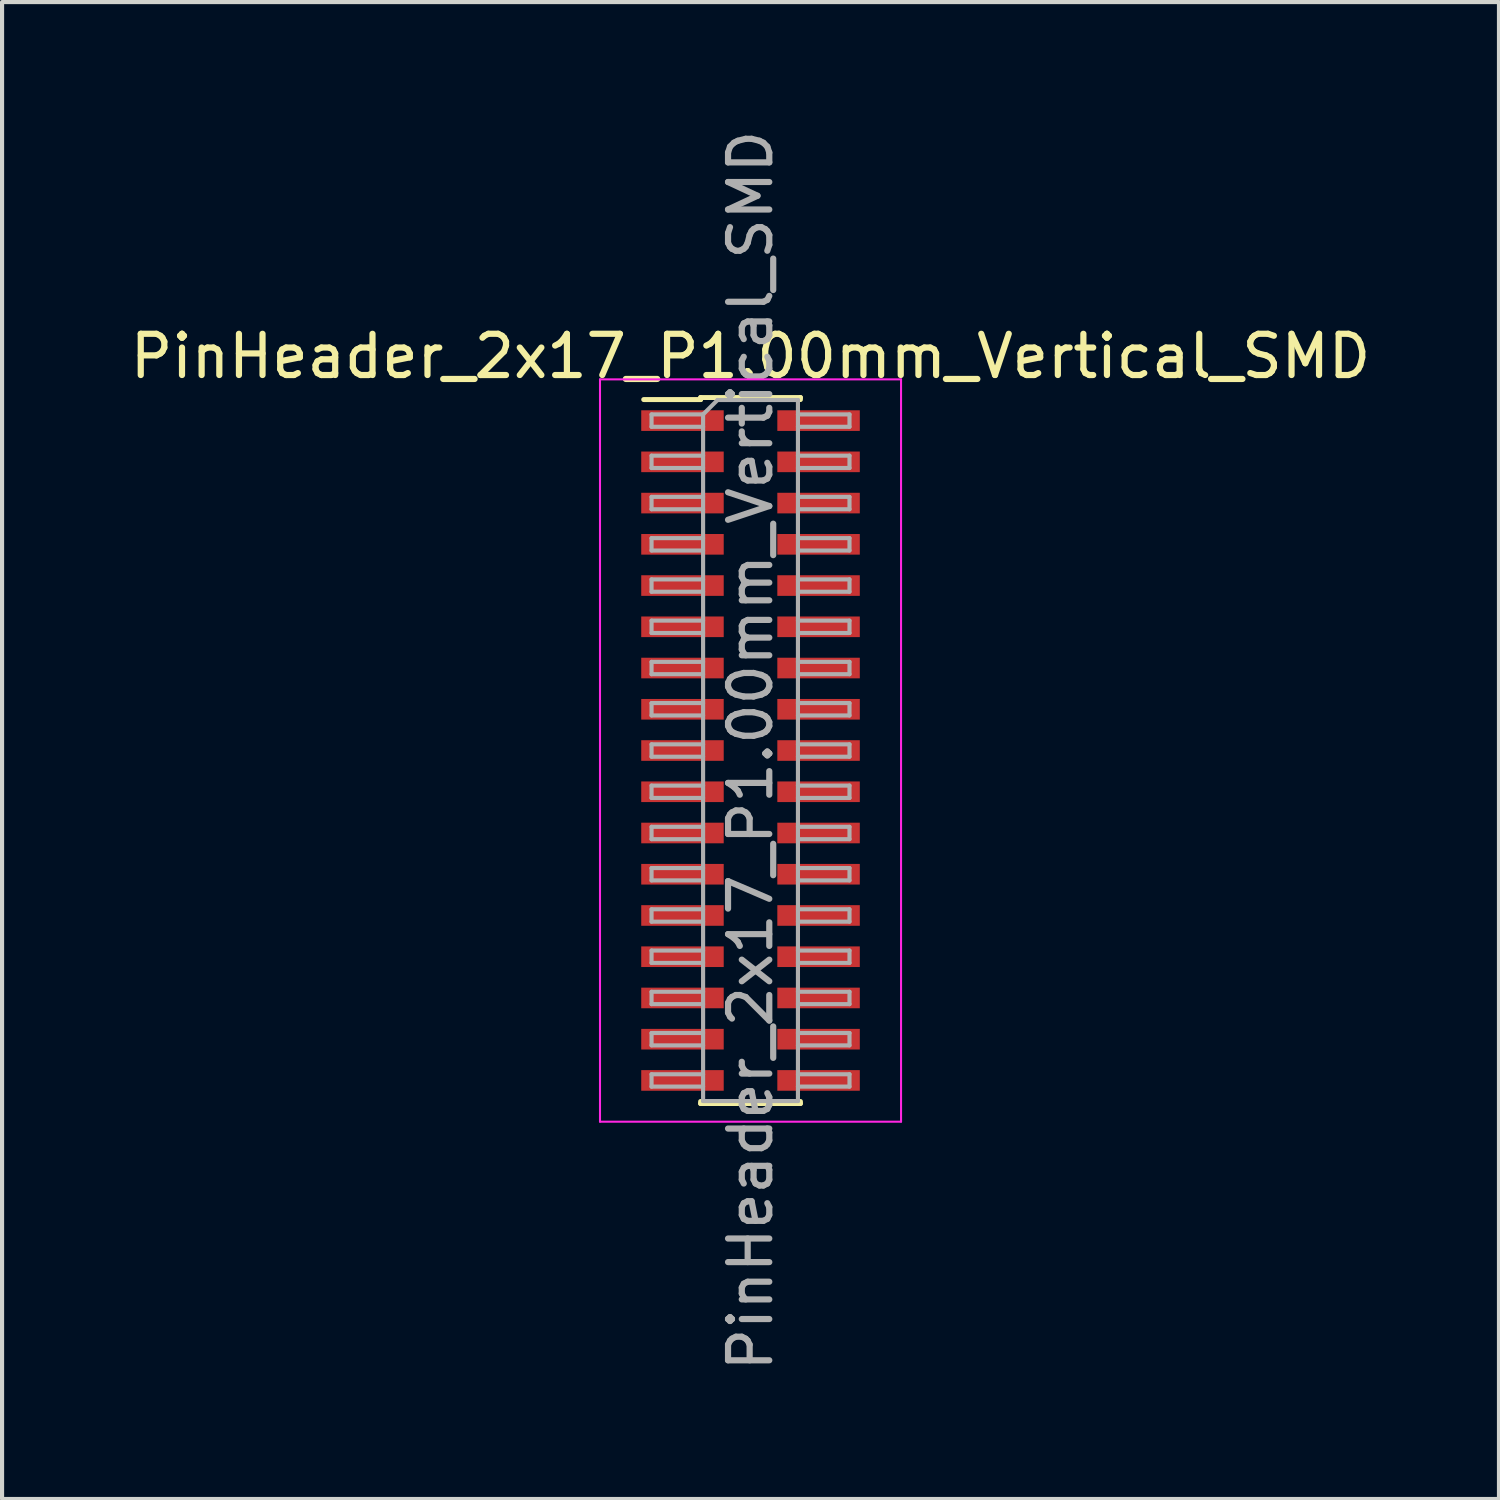
<source format=kicad_pcb>
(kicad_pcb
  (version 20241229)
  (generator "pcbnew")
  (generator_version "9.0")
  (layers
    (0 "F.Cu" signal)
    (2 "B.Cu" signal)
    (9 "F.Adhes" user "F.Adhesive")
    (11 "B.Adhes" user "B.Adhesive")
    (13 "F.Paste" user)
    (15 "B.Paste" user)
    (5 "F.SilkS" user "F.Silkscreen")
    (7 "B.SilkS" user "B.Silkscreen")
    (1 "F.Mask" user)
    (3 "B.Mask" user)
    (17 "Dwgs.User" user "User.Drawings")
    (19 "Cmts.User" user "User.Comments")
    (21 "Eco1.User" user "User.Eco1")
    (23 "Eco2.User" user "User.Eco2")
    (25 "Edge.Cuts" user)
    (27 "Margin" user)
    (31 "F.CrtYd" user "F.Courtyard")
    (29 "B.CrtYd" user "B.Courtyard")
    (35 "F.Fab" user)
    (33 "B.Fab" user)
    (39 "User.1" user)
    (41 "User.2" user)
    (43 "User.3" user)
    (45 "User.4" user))
  (footprint "PinHeader_2x17_P1.00mm_Vertical_SMD"
    (layer "F.Cu")
    (at 15.149 15.149)
    (property "Reference" "PinHeader_2x17_P1.00mm_Vertical_SMD" (at 0 -9.56 0) (layer "F.SilkS") (effects (font (size 1 1) (thickness 0.15))))
    (attr smd)
    (fp_line (start -2.59 -8.51) (end -1.21 -8.51) (stroke (width 0.12) (type solid)) (layer "F.SilkS"))
    (fp_line (start -1.21 -8.56) (end -1.21 -8.51) (stroke (width 0.12) (type solid)) (layer "F.SilkS"))
    (fp_line (start -1.21 -8.56) (end 1.21 -8.56) (stroke (width 0.12) (type solid)) (layer "F.SilkS"))
    (fp_line (start -1.21 8.51) (end -1.21 8.56) (stroke (width 0.12) (type solid)) (layer "F.SilkS"))
    (fp_line (start -1.21 8.56) (end 1.21 8.56) (stroke (width 0.12) (type solid)) (layer "F.SilkS"))
    (fp_line (start 1.21 -8.56) (end 1.21 -8.51) (stroke (width 0.12) (type solid)) (layer "F.SilkS"))
    (fp_line (start 1.21 8.51) (end 1.21 8.56) (stroke (width 0.12) (type solid)) (layer "F.SilkS"))
    (fp_line (start -3.65 -9) (end -3.65 9) (stroke (width 0.05) (type solid)) (layer "F.CrtYd"))
    (fp_line (start -3.65 9) (end 3.65 9) (stroke (width 0.05) (type solid)) (layer "F.CrtYd"))
    (fp_line (start 3.65 -9) (end -3.65 -9) (stroke (width 0.05) (type solid)) (layer "F.CrtYd"))
    (fp_line (start 3.65 9) (end 3.65 -9) (stroke (width 0.05) (type solid)) (layer "F.CrtYd"))
    (fp_line (start -2.4 -8.15) (end -2.4 -7.85) (stroke (width 0.1) (type solid)) (layer "F.Fab"))
    (fp_line (start -2.4 -7.85) (end -1.15 -7.85) (stroke (width 0.1) (type solid)) (layer "F.Fab"))
    (fp_line (start -2.4 -7.15) (end -2.4 -6.85) (stroke (width 0.1) (type solid)) (layer "F.Fab"))
    (fp_line (start -2.4 -6.85) (end -1.15 -6.85) (stroke (width 0.1) (type solid)) (layer "F.Fab"))
    (fp_line (start -2.4 -6.15) (end -2.4 -5.85) (stroke (width 0.1) (type solid)) (layer "F.Fab"))
    (fp_line (start -2.4 -5.85) (end -1.15 -5.85) (stroke (width 0.1) (type solid)) (layer "F.Fab"))
    (fp_line (start -2.4 -5.15) (end -2.4 -4.85) (stroke (width 0.1) (type solid)) (layer "F.Fab"))
    (fp_line (start -2.4 -4.85) (end -1.15 -4.85) (stroke (width 0.1) (type solid)) (layer "F.Fab"))
    (fp_line (start -2.4 -4.15) (end -2.4 -3.85) (stroke (width 0.1) (type solid)) (layer "F.Fab"))
    (fp_line (start -2.4 -3.85) (end -1.15 -3.85) (stroke (width 0.1) (type solid)) (layer "F.Fab"))
    (fp_line (start -2.4 -3.15) (end -2.4 -2.85) (stroke (width 0.1) (type solid)) (layer "F.Fab"))
    (fp_line (start -2.4 -2.85) (end -1.15 -2.85) (stroke (width 0.1) (type solid)) (layer "F.Fab"))
    (fp_line (start -2.4 -2.15) (end -2.4 -1.85) (stroke (width 0.1) (type solid)) (layer "F.Fab"))
    (fp_line (start -2.4 -1.85) (end -1.15 -1.85) (stroke (width 0.1) (type solid)) (layer "F.Fab"))
    (fp_line (start -2.4 -1.15) (end -2.4 -0.85) (stroke (width 0.1) (type solid)) (layer "F.Fab"))
    (fp_line (start -2.4 -0.85) (end -1.15 -0.85) (stroke (width 0.1) (type solid)) (layer "F.Fab"))
    (fp_line (start -2.4 -0.15) (end -2.4 0.15) (stroke (width 0.1) (type solid)) (layer "F.Fab"))
    (fp_line (start -2.4 0.15) (end -1.15 0.15) (stroke (width 0.1) (type solid)) (layer "F.Fab"))
    (fp_line (start -2.4 0.85) (end -2.4 1.15) (stroke (width 0.1) (type solid)) (layer "F.Fab"))
    (fp_line (start -2.4 1.15) (end -1.15 1.15) (stroke (width 0.1) (type solid)) (layer "F.Fab"))
    (fp_line (start -2.4 1.85) (end -2.4 2.15) (stroke (width 0.1) (type solid)) (layer "F.Fab"))
    (fp_line (start -2.4 2.15) (end -1.15 2.15) (stroke (width 0.1) (type solid)) (layer "F.Fab"))
    (fp_line (start -2.4 2.85) (end -2.4 3.15) (stroke (width 0.1) (type solid)) (layer "F.Fab"))
    (fp_line (start -2.4 3.15) (end -1.15 3.15) (stroke (width 0.1) (type solid)) (layer "F.Fab"))
    (fp_line (start -2.4 3.85) (end -2.4 4.15) (stroke (width 0.1) (type solid)) (layer "F.Fab"))
    (fp_line (start -2.4 4.15) (end -1.15 4.15) (stroke (width 0.1) (type solid)) (layer "F.Fab"))
    (fp_line (start -2.4 4.85) (end -2.4 5.15) (stroke (width 0.1) (type solid)) (layer "F.Fab"))
    (fp_line (start -2.4 5.15) (end -1.15 5.15) (stroke (width 0.1) (type solid)) (layer "F.Fab"))
    (fp_line (start -2.4 5.85) (end -2.4 6.15) (stroke (width 0.1) (type solid)) (layer "F.Fab"))
    (fp_line (start -2.4 6.15) (end -1.15 6.15) (stroke (width 0.1) (type solid)) (layer "F.Fab"))
    (fp_line (start -2.4 6.85) (end -2.4 7.15) (stroke (width 0.1) (type solid)) (layer "F.Fab"))
    (fp_line (start -2.4 7.15) (end -1.15 7.15) (stroke (width 0.1) (type solid)) (layer "F.Fab"))
    (fp_line (start -2.4 7.85) (end -2.4 8.15) (stroke (width 0.1) (type solid)) (layer "F.Fab"))
    (fp_line (start -2.4 8.15) (end -1.15 8.15) (stroke (width 0.1) (type solid)) (layer "F.Fab"))
    (fp_line (start -1.15 -8.15) (end -2.4 -8.15) (stroke (width 0.1) (type solid)) (layer "F.Fab"))
    (fp_line (start -1.15 -8.15) (end -0.8 -8.5) (stroke (width 0.1) (type solid)) (layer "F.Fab"))
    (fp_line (start -1.15 -7.15) (end -2.4 -7.15) (stroke (width 0.1) (type solid)) (layer "F.Fab"))
    (fp_line (start -1.15 -6.15) (end -2.4 -6.15) (stroke (width 0.1) (type solid)) (layer "F.Fab"))
    (fp_line (start -1.15 -5.15) (end -2.4 -5.15) (stroke (width 0.1) (type solid)) (layer "F.Fab"))
    (fp_line (start -1.15 -4.15) (end -2.4 -4.15) (stroke (width 0.1) (type solid)) (layer "F.Fab"))
    (fp_line (start -1.15 -3.15) (end -2.4 -3.15) (stroke (width 0.1) (type solid)) (layer "F.Fab"))
    (fp_line (start -1.15 -2.15) (end -2.4 -2.15) (stroke (width 0.1) (type solid)) (layer "F.Fab"))
    (fp_line (start -1.15 -1.15) (end -2.4 -1.15) (stroke (width 0.1) (type solid)) (layer "F.Fab"))
    (fp_line (start -1.15 -0.15) (end -2.4 -0.15) (stroke (width 0.1) (type solid)) (layer "F.Fab"))
    (fp_line (start -1.15 0.85) (end -2.4 0.85) (stroke (width 0.1) (type solid)) (layer "F.Fab"))
    (fp_line (start -1.15 1.85) (end -2.4 1.85) (stroke (width 0.1) (type solid)) (layer "F.Fab"))
    (fp_line (start -1.15 2.85) (end -2.4 2.85) (stroke (width 0.1) (type solid)) (layer "F.Fab"))
    (fp_line (start -1.15 3.85) (end -2.4 3.85) (stroke (width 0.1) (type solid)) (layer "F.Fab"))
    (fp_line (start -1.15 4.85) (end -2.4 4.85) (stroke (width 0.1) (type solid)) (layer "F.Fab"))
    (fp_line (start -1.15 5.85) (end -2.4 5.85) (stroke (width 0.1) (type solid)) (layer "F.Fab"))
    (fp_line (start -1.15 6.85) (end -2.4 6.85) (stroke (width 0.1) (type solid)) (layer "F.Fab"))
    (fp_line (start -1.15 7.85) (end -2.4 7.85) (stroke (width 0.1) (type solid)) (layer "F.Fab"))
    (fp_line (start -1.15 8.5) (end -1.15 -8.15) (stroke (width 0.1) (type solid)) (layer "F.Fab"))
    (fp_line (start -0.8 -8.5) (end 1.15 -8.5) (stroke (width 0.1) (type solid)) (layer "F.Fab"))
    (fp_line (start 1.15 -8.5) (end 1.15 8.5) (stroke (width 0.1) (type solid)) (layer "F.Fab"))
    (fp_line (start 1.15 -8.15) (end 2.4 -8.15) (stroke (width 0.1) (type solid)) (layer "F.Fab"))
    (fp_line (start 1.15 -7.15) (end 2.4 -7.15) (stroke (width 0.1) (type solid)) (layer "F.Fab"))
    (fp_line (start 1.15 -6.15) (end 2.4 -6.15) (stroke (width 0.1) (type solid)) (layer "F.Fab"))
    (fp_line (start 1.15 -5.15) (end 2.4 -5.15) (stroke (width 0.1) (type solid)) (layer "F.Fab"))
    (fp_line (start 1.15 -4.15) (end 2.4 -4.15) (stroke (width 0.1) (type solid)) (layer "F.Fab"))
    (fp_line (start 1.15 -3.15) (end 2.4 -3.15) (stroke (width 0.1) (type solid)) (layer "F.Fab"))
    (fp_line (start 1.15 -2.15) (end 2.4 -2.15) (stroke (width 0.1) (type solid)) (layer "F.Fab"))
    (fp_line (start 1.15 -1.15) (end 2.4 -1.15) (stroke (width 0.1) (type solid)) (layer "F.Fab"))
    (fp_line (start 1.15 -0.15) (end 2.4 -0.15) (stroke (width 0.1) (type solid)) (layer "F.Fab"))
    (fp_line (start 1.15 0.85) (end 2.4 0.85) (stroke (width 0.1) (type solid)) (layer "F.Fab"))
    (fp_line (start 1.15 1.85) (end 2.4 1.85) (stroke (width 0.1) (type solid)) (layer "F.Fab"))
    (fp_line (start 1.15 2.85) (end 2.4 2.85) (stroke (width 0.1) (type solid)) (layer "F.Fab"))
    (fp_line (start 1.15 3.85) (end 2.4 3.85) (stroke (width 0.1) (type solid)) (layer "F.Fab"))
    (fp_line (start 1.15 4.85) (end 2.4 4.85) (stroke (width 0.1) (type solid)) (layer "F.Fab"))
    (fp_line (start 1.15 5.85) (end 2.4 5.85) (stroke (width 0.1) (type solid)) (layer "F.Fab"))
    (fp_line (start 1.15 6.85) (end 2.4 6.85) (stroke (width 0.1) (type solid)) (layer "F.Fab"))
    (fp_line (start 1.15 7.85) (end 2.4 7.85) (stroke (width 0.1) (type solid)) (layer "F.Fab"))
    (fp_line (start 1.15 8.5) (end -1.15 8.5) (stroke (width 0.1) (type solid)) (layer "F.Fab"))
    (fp_line (start 2.4 -8.15) (end 2.4 -7.85) (stroke (width 0.1) (type solid)) (layer "F.Fab"))
    (fp_line (start 2.4 -7.85) (end 1.15 -7.85) (stroke (width 0.1) (type solid)) (layer "F.Fab"))
    (fp_line (start 2.4 -7.15) (end 2.4 -6.85) (stroke (width 0.1) (type solid)) (layer "F.Fab"))
    (fp_line (start 2.4 -6.85) (end 1.15 -6.85) (stroke (width 0.1) (type solid)) (layer "F.Fab"))
    (fp_line (start 2.4 -6.15) (end 2.4 -5.85) (stroke (width 0.1) (type solid)) (layer "F.Fab"))
    (fp_line (start 2.4 -5.85) (end 1.15 -5.85) (stroke (width 0.1) (type solid)) (layer "F.Fab"))
    (fp_line (start 2.4 -5.15) (end 2.4 -4.85) (stroke (width 0.1) (type solid)) (layer "F.Fab"))
    (fp_line (start 2.4 -4.85) (end 1.15 -4.85) (stroke (width 0.1) (type solid)) (layer "F.Fab"))
    (fp_line (start 2.4 -4.15) (end 2.4 -3.85) (stroke (width 0.1) (type solid)) (layer "F.Fab"))
    (fp_line (start 2.4 -3.85) (end 1.15 -3.85) (stroke (width 0.1) (type solid)) (layer "F.Fab"))
    (fp_line (start 2.4 -3.15) (end 2.4 -2.85) (stroke (width 0.1) (type solid)) (layer "F.Fab"))
    (fp_line (start 2.4 -2.85) (end 1.15 -2.85) (stroke (width 0.1) (type solid)) (layer "F.Fab"))
    (fp_line (start 2.4 -2.15) (end 2.4 -1.85) (stroke (width 0.1) (type solid)) (layer "F.Fab"))
    (fp_line (start 2.4 -1.85) (end 1.15 -1.85) (stroke (width 0.1) (type solid)) (layer "F.Fab"))
    (fp_line (start 2.4 -1.15) (end 2.4 -0.85) (stroke (width 0.1) (type solid)) (layer "F.Fab"))
    (fp_line (start 2.4 -0.85) (end 1.15 -0.85) (stroke (width 0.1) (type solid)) (layer "F.Fab"))
    (fp_line (start 2.4 -0.15) (end 2.4 0.15) (stroke (width 0.1) (type solid)) (layer "F.Fab"))
    (fp_line (start 2.4 0.15) (end 1.15 0.15) (stroke (width 0.1) (type solid)) (layer "F.Fab"))
    (fp_line (start 2.4 0.85) (end 2.4 1.15) (stroke (width 0.1) (type solid)) (layer "F.Fab"))
    (fp_line (start 2.4 1.15) (end 1.15 1.15) (stroke (width 0.1) (type solid)) (layer "F.Fab"))
    (fp_line (start 2.4 1.85) (end 2.4 2.15) (stroke (width 0.1) (type solid)) (layer "F.Fab"))
    (fp_line (start 2.4 2.15) (end 1.15 2.15) (stroke (width 0.1) (type solid)) (layer "F.Fab"))
    (fp_line (start 2.4 2.85) (end 2.4 3.15) (stroke (width 0.1) (type solid)) (layer "F.Fab"))
    (fp_line (start 2.4 3.15) (end 1.15 3.15) (stroke (width 0.1) (type solid)) (layer "F.Fab"))
    (fp_line (start 2.4 3.85) (end 2.4 4.15) (stroke (width 0.1) (type solid)) (layer "F.Fab"))
    (fp_line (start 2.4 4.15) (end 1.15 4.15) (stroke (width 0.1) (type solid)) (layer "F.Fab"))
    (fp_line (start 2.4 4.85) (end 2.4 5.15) (stroke (width 0.1) (type solid)) (layer "F.Fab"))
    (fp_line (start 2.4 5.15) (end 1.15 5.15) (stroke (width 0.1) (type solid)) (layer "F.Fab"))
    (fp_line (start 2.4 5.85) (end 2.4 6.15) (stroke (width 0.1) (type solid)) (layer "F.Fab"))
    (fp_line (start 2.4 6.15) (end 1.15 6.15) (stroke (width 0.1) (type solid)) (layer "F.Fab"))
    (fp_line (start 2.4 6.85) (end 2.4 7.15) (stroke (width 0.1) (type solid)) (layer "F.Fab"))
    (fp_line (start 2.4 7.15) (end 1.15 7.15) (stroke (width 0.1) (type solid)) (layer "F.Fab"))
    (fp_line (start 2.4 7.85) (end 2.4 8.15) (stroke (width 0.1) (type solid)) (layer "F.Fab"))
    (fp_line (start 2.4 8.15) (end 1.15 8.15) (stroke (width 0.1) (type solid)) (layer "F.Fab"))
    (fp_text user "${REFERENCE}" (at 0 0 90) (layer "F.Fab") (effects (font (size 1 1) (thickness 0.15))))
    (pad "1" smd rect (at -1.65 -8) (size 2 0.5) (layers "F.Cu" "F.Mask" "F.Paste"))
    (pad "2" smd rect (at 1.65 -8) (size 2 0.5) (layers "F.Cu" "F.Mask" "F.Paste"))
    (pad "3" smd rect (at -1.65 -7) (size 2 0.5) (layers "F.Cu" "F.Mask" "F.Paste"))
    (pad "4" smd rect (at 1.65 -7) (size 2 0.5) (layers "F.Cu" "F.Mask" "F.Paste"))
    (pad "5" smd rect (at -1.65 -6) (size 2 0.5) (layers "F.Cu" "F.Mask" "F.Paste"))
    (pad "6" smd rect (at 1.65 -6) (size 2 0.5) (layers "F.Cu" "F.Mask" "F.Paste"))
    (pad "7" smd rect (at -1.65 -5) (size 2 0.5) (layers "F.Cu" "F.Mask" "F.Paste"))
    (pad "8" smd rect (at 1.65 -5) (size 2 0.5) (layers "F.Cu" "F.Mask" "F.Paste"))
    (pad "9" smd rect (at -1.65 -4) (size 2 0.5) (layers "F.Cu" "F.Mask" "F.Paste"))
    (pad "10" smd rect (at 1.65 -4) (size 2 0.5) (layers "F.Cu" "F.Mask" "F.Paste"))
    (pad "11" smd rect (at -1.65 -3) (size 2 0.5) (layers "F.Cu" "F.Mask" "F.Paste"))
    (pad "12" smd rect (at 1.65 -3) (size 2 0.5) (layers "F.Cu" "F.Mask" "F.Paste"))
    (pad "13" smd rect (at -1.65 -2) (size 2 0.5) (layers "F.Cu" "F.Mask" "F.Paste"))
    (pad "14" smd rect (at 1.65 -2) (size 2 0.5) (layers "F.Cu" "F.Mask" "F.Paste"))
    (pad "15" smd rect (at -1.65 -1) (size 2 0.5) (layers "F.Cu" "F.Mask" "F.Paste"))
    (pad "16" smd rect (at 1.65 -1) (size 2 0.5) (layers "F.Cu" "F.Mask" "F.Paste"))
    (pad "17" smd rect (at -1.65 0) (size 2 0.5) (layers "F.Cu" "F.Mask" "F.Paste"))
    (pad "18" smd rect (at 1.65 0) (size 2 0.5) (layers "F.Cu" "F.Mask" "F.Paste"))
    (pad "19" smd rect (at -1.65 1) (size 2 0.5) (layers "F.Cu" "F.Mask" "F.Paste"))
    (pad "20" smd rect (at 1.65 1) (size 2 0.5) (layers "F.Cu" "F.Mask" "F.Paste"))
    (pad "21" smd rect (at -1.65 2) (size 2 0.5) (layers "F.Cu" "F.Mask" "F.Paste"))
    (pad "22" smd rect (at 1.65 2) (size 2 0.5) (layers "F.Cu" "F.Mask" "F.Paste"))
    (pad "23" smd rect (at -1.65 3) (size 2 0.5) (layers "F.Cu" "F.Mask" "F.Paste"))
    (pad "24" smd rect (at 1.65 3) (size 2 0.5) (layers "F.Cu" "F.Mask" "F.Paste"))
    (pad "25" smd rect (at -1.65 4) (size 2 0.5) (layers "F.Cu" "F.Mask" "F.Paste"))
    (pad "26" smd rect (at 1.65 4) (size 2 0.5) (layers "F.Cu" "F.Mask" "F.Paste"))
    (pad "27" smd rect (at -1.65 5) (size 2 0.5) (layers "F.Cu" "F.Mask" "F.Paste"))
    (pad "28" smd rect (at 1.65 5) (size 2 0.5) (layers "F.Cu" "F.Mask" "F.Paste"))
    (pad "29" smd rect (at -1.65 6) (size 2 0.5) (layers "F.Cu" "F.Mask" "F.Paste"))
    (pad "30" smd rect (at 1.65 6) (size 2 0.5) (layers "F.Cu" "F.Mask" "F.Paste"))
    (pad "31" smd rect (at -1.65 7) (size 2 0.5) (layers "F.Cu" "F.Mask" "F.Paste"))
    (pad "32" smd rect (at 1.65 7) (size 2 0.5) (layers "F.Cu" "F.Mask" "F.Paste"))
    (pad "33" smd rect (at -1.65 8) (size 2 0.5) (layers "F.Cu" "F.Mask" "F.Paste"))
    (pad "34" smd rect (at 1.65 8) (size 2 0.5) (layers "F.Cu" "F.Mask" "F.Paste")))
  (gr_rect
    (start -3 -3)
    (end 33.298 33.298)
    (stroke (width 0.1) (type default))
    (fill no)
    (layer "Edge.Cuts")))
</source>
